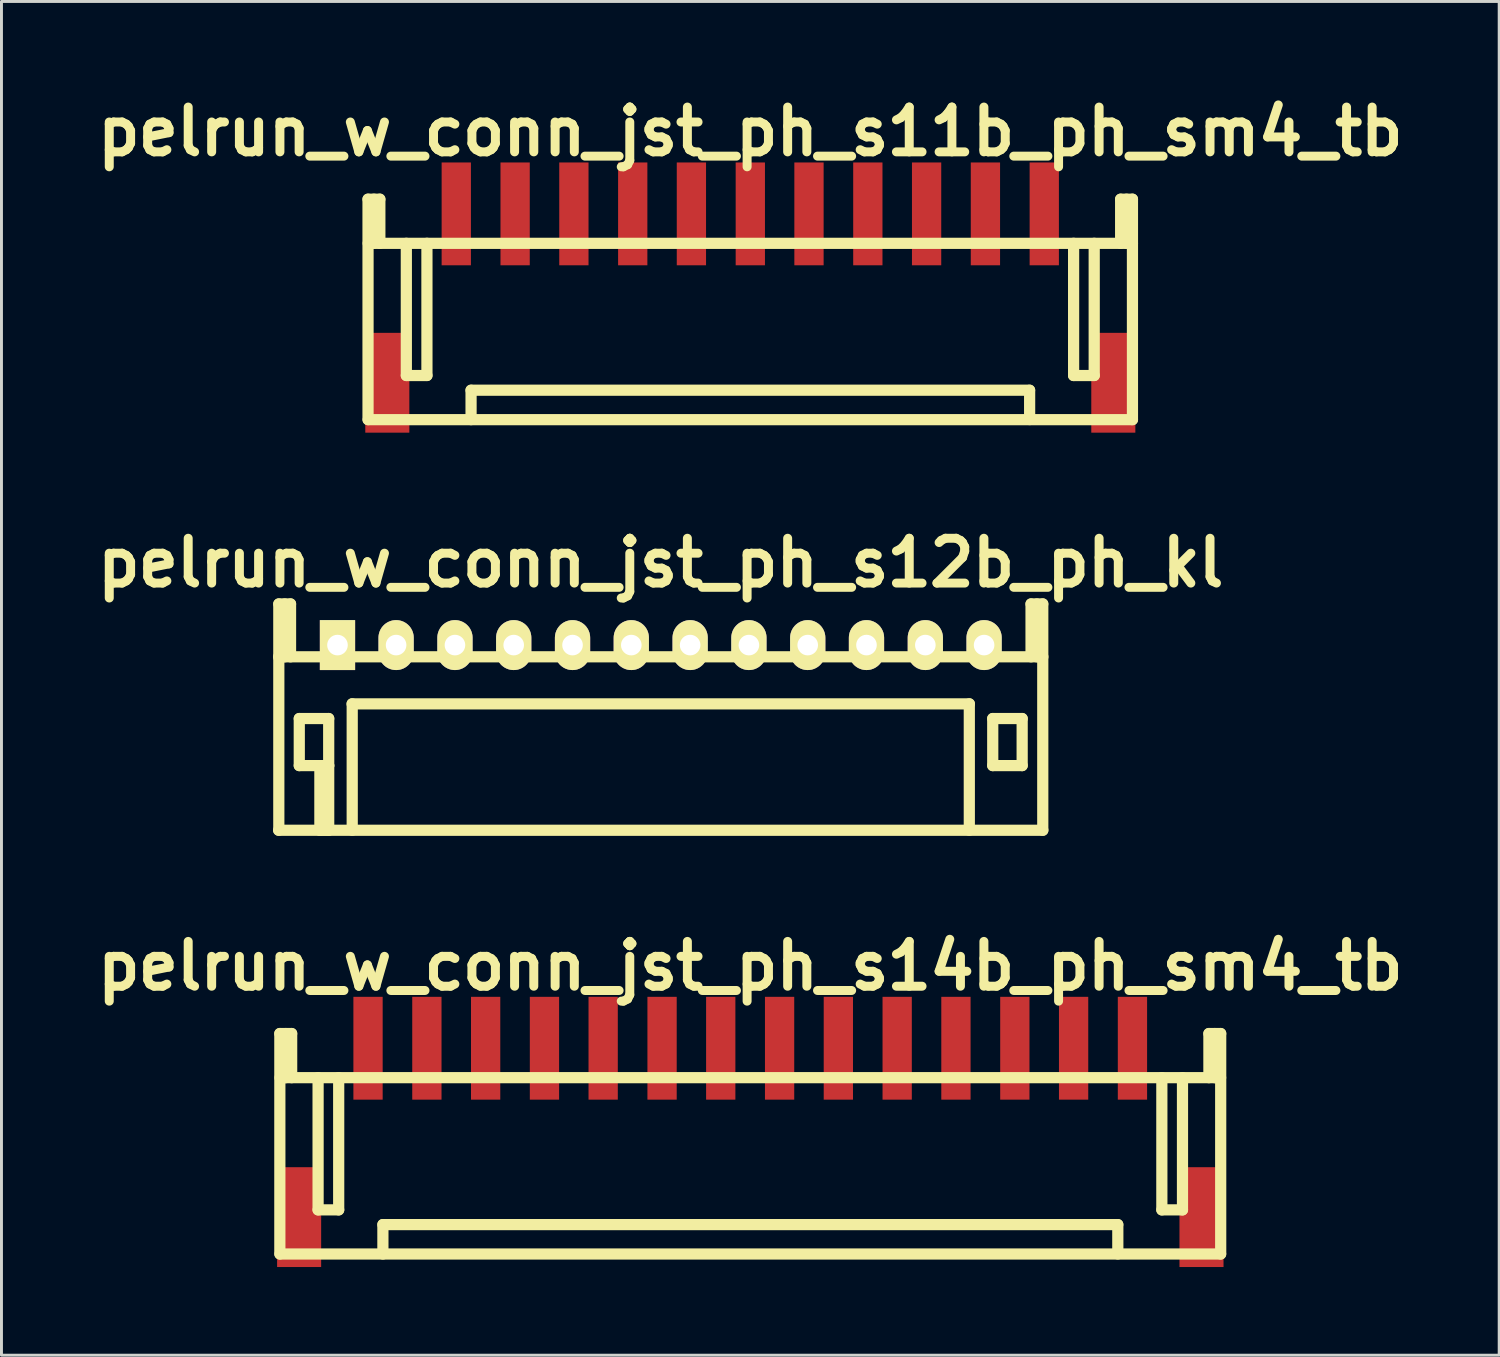
<source format=kicad_pcb>
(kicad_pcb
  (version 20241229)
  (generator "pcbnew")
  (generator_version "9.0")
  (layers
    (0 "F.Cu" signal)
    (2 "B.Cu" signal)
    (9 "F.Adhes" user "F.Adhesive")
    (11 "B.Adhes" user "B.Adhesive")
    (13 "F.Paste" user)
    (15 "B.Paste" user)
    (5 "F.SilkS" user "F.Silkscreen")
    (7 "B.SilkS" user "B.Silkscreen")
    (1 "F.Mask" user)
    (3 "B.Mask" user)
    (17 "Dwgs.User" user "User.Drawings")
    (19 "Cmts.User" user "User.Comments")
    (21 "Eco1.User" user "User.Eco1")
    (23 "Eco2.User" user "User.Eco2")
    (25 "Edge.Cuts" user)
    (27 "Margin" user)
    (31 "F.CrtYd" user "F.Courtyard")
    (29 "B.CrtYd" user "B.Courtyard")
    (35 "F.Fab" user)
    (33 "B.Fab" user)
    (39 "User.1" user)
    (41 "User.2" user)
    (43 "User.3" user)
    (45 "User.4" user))
  (footprint "pelrun_w_conn_jst_ph_s11b_ph_sm4_tb"
    (layer "F.Cu")
    (at 22.475 4.226)
    (property "Reference" "pelrun_w_conn_jst_ph_s11b_ph_sm4_tb" (at 0 -2.799 0) (layer "F.SilkS") (effects (font (size 1.524 1.524) (thickness 0.305))))
    (attr through_hole)
    (fp_line (start -13.005 7) (end -13.005 -0.5) (stroke (width 0.381) (type solid)) (layer "F.SilkS"))
    (fp_line (start -13 1.001) (end 13 1.001) (stroke (width 0.381) (type solid)) (layer "F.SilkS"))
    (fp_line (start -13 7) (end 13 7) (stroke (width 0.381) (type solid)) (layer "F.SilkS"))
    (fp_line (start -12.804 -0.5) (end -12.804 1.001) (stroke (width 0.381) (type solid)) (layer "F.SilkS"))
    (fp_line (start -12.603 -0.5) (end -13.005 -0.5) (stroke (width 0.381) (type solid)) (layer "F.SilkS"))
    (fp_line (start -12.603 1.001) (end -12.603 -0.5) (stroke (width 0.381) (type solid)) (layer "F.SilkS"))
    (fp_line (start -11.702 5.499) (end -11.702 1.001) (stroke (width 0.381) (type solid)) (layer "F.SilkS"))
    (fp_line (start -11.001 1.001) (end -11.001 5.499) (stroke (width 0.381) (type solid)) (layer "F.SilkS"))
    (fp_line (start -11.001 5.499) (end -11.702 5.499) (stroke (width 0.381) (type solid)) (layer "F.SilkS"))
    (fp_line (start -9.5 7) (end -9.5 5.999) (stroke (width 0.381) (type solid)) (layer "F.SilkS"))
    (fp_line (start 9.5 5.999) (end -9.5 5.999) (stroke (width 0.381) (type solid)) (layer "F.SilkS"))
    (fp_line (start 9.502 5.999) (end 9.502 6.998) (stroke (width 0.381) (type solid)) (layer "F.SilkS"))
    (fp_line (start 10.998 1.001) (end 10.998 5.499) (stroke (width 0.381) (type solid)) (layer "F.SilkS"))
    (fp_line (start 10.998 5.499) (end 11.699 5.499) (stroke (width 0.381) (type solid)) (layer "F.SilkS"))
    (fp_line (start 11.699 5.499) (end 11.699 1.001) (stroke (width 0.381) (type solid)) (layer "F.SilkS"))
    (fp_line (start 12.598 -0.5) (end 12.598 1.001) (stroke (width 0.381) (type solid)) (layer "F.SilkS"))
    (fp_line (start 12.799 1.001) (end 12.799 -0.5) (stroke (width 0.381) (type solid)) (layer "F.SilkS"))
    (fp_line (start 13 -0.5) (end 12.598 -0.5) (stroke (width 0.381) (type solid)) (layer "F.SilkS"))
    (fp_line (start 13 -0.5) (end 13 7) (stroke (width 0.381) (type solid)) (layer "F.SilkS"))
    (pad "" smd rect (at -12.349 5.745) (size 1.499 3.396) (layers "F.Cu" "F.Mask" "F.Paste"))
    (pad "" smd rect (at 12.349 5.745) (size 1.499 3.396) (layers "F.Cu" "F.Mask" "F.Paste"))
    (pad "1" smd rect (at -10.003 0) (size 0.996 3.498) (layers "F.Cu" "F.Mask" "F.Paste"))
    (pad "2" smd rect (at -8.001 0) (size 0.996 3.498) (layers "F.Cu" "F.Mask" "F.Paste"))
    (pad "3" smd rect (at -6.002 0) (size 0.996 3.498) (layers "F.Cu" "F.Mask" "F.Paste"))
    (pad "4" smd rect (at -4 0) (size 0.996 3.498) (layers "F.Cu" "F.Mask" "F.Paste"))
    (pad "5" smd rect (at -2.004 0) (size 0.996 3.498) (layers "F.Cu" "F.Mask" "F.Paste"))
    (pad "6" smd rect (at 0 0) (size 0.996 3.498) (layers "F.Cu" "F.Mask" "F.Paste"))
    (pad "7" smd rect (at 1.996 0) (size 0.996 3.498) (layers "F.Cu" "F.Mask" "F.Paste"))
    (pad "8" smd rect (at 3.998 0) (size 0.996 3.498) (layers "F.Cu" "F.Mask" "F.Paste"))
    (pad "9" smd rect (at 5.997 0) (size 0.996 3.498) (layers "F.Cu" "F.Mask" "F.Paste"))
    (pad "10" smd rect (at 7.998 0) (size 0.996 3.498) (layers "F.Cu" "F.Mask" "F.Paste"))
    (pad "11" smd rect (at 10 0) (size 0.996 3.498) (layers "F.Cu" "F.Mask" "F.Paste")))
  (footprint "pelrun_w_conn_jst_ph_s12b_ph_kl"
    (layer "F.Cu")
    (at 19.427 18.895)
    (property "Reference" "pelrun_w_conn_jst_ph_s12b_ph_kl" (at 0 -2.799 0) (layer "F.SilkS") (effects (font (size 1.524 1.524) (thickness 0.305))))
    (attr through_hole)
    (fp_line (start -13 0.399) (end 13 0.399) (stroke (width 0.381) (type solid)) (layer "F.SilkS"))
    (fp_line (start -13 6.299) (end 13 6.299) (stroke (width 0.381) (type solid)) (layer "F.SilkS"))
    (fp_line (start -12.992 -1.4) (end -12.992 6.299) (stroke (width 0.381) (type solid)) (layer "F.SilkS"))
    (fp_line (start -12.791 -1.4) (end -12.791 0.399) (stroke (width 0.381) (type solid)) (layer "F.SilkS"))
    (fp_line (start -12.593 -1.4) (end -12.992 -1.4) (stroke (width 0.381) (type solid)) (layer "F.SilkS"))
    (fp_line (start -12.593 0.399) (end -12.593 -1.4) (stroke (width 0.381) (type solid)) (layer "F.SilkS"))
    (fp_line (start -12.296 2.499) (end -11.295 2.499) (stroke (width 0.381) (type solid)) (layer "F.SilkS"))
    (fp_line (start -12.296 4.1) (end -12.296 2.499) (stroke (width 0.381) (type solid)) (layer "F.SilkS"))
    (fp_line (start -11.595 6.299) (end -11.595 4.1) (stroke (width 0.381) (type solid)) (layer "F.SilkS"))
    (fp_line (start -11.295 2.499) (end -11.295 4.1) (stroke (width 0.381) (type solid)) (layer "F.SilkS"))
    (fp_line (start -11.295 4.1) (end -12.296 4.1) (stroke (width 0.381) (type solid)) (layer "F.SilkS"))
    (fp_line (start -11.295 4.1) (end -11.295 6.299) (stroke (width 0.381) (type solid)) (layer "F.SilkS"))
    (fp_line (start -11.295 6.299) (end -11.595 6.299) (stroke (width 0.381) (type solid)) (layer "F.SilkS"))
    (fp_line (start -10.495 1.999) (end -10.495 6.299) (stroke (width 0.381) (type solid)) (layer "F.SilkS"))
    (fp_line (start 10.498 1.999) (end 10.498 6.299) (stroke (width 0.381) (type solid)) (layer "F.SilkS"))
    (fp_line (start 10.5 1.999) (end -10.5 1.999) (stroke (width 0.381) (type solid)) (layer "F.SilkS"))
    (fp_line (start 11.295 2.499) (end 12.296 2.499) (stroke (width 0.381) (type solid)) (layer "F.SilkS"))
    (fp_line (start 11.295 4.1) (end 11.295 2.499) (stroke (width 0.381) (type solid)) (layer "F.SilkS"))
    (fp_line (start 12.296 2.499) (end 12.296 4.1) (stroke (width 0.381) (type solid)) (layer "F.SilkS"))
    (fp_line (start 12.296 4.1) (end 11.295 4.1) (stroke (width 0.381) (type solid)) (layer "F.SilkS"))
    (fp_line (start 12.598 -1.4) (end 12.598 0.399) (stroke (width 0.381) (type solid)) (layer "F.SilkS"))
    (fp_line (start 12.797 -1.4) (end 12.797 0.399) (stroke (width 0.381) (type solid)) (layer "F.SilkS"))
    (fp_line (start 12.997 -1.4) (end 12.598 -1.4) (stroke (width 0.381) (type solid)) (layer "F.SilkS"))
    (fp_line (start 12.997 6.299) (end 12.997 -1.4) (stroke (width 0.381) (type solid)) (layer "F.SilkS"))
    (pad "1" thru_hole rect (at -10.996 0) (size 1.199 1.699) (drill 0.701) (layers "*.Cu" "*.Mask" "F.SilkS"))
    (pad "2" thru_hole oval (at -9.002 0) (size 1.199 1.699) (drill 0.701) (layers "*.Cu" "*.Mask" "F.SilkS"))
    (pad "3" thru_hole oval (at -7 0) (size 1.199 1.699) (drill 0.701) (layers "*.Cu" "*.Mask" "F.SilkS"))
    (pad "4" thru_hole oval (at -5.001 0) (size 1.199 1.699) (drill 0.701) (layers "*.Cu" "*.Mask" "F.SilkS"))
    (pad "5" thru_hole oval (at -3 0) (size 1.199 1.699) (drill 0.701) (layers "*.Cu" "*.Mask" "F.SilkS"))
    (pad "6" thru_hole oval (at -1.001 0) (size 1.199 1.699) (drill 0.701) (layers "*.Cu" "*.Mask" "F.SilkS"))
    (pad "7" thru_hole oval (at 1.001 0) (size 1.199 1.699) (drill 0.701) (layers "*.Cu" "*.Mask" "F.SilkS"))
    (pad "8" thru_hole oval (at 3 0) (size 1.199 1.699) (drill 0.701) (layers "*.Cu" "*.Mask" "F.SilkS"))
    (pad "9" thru_hole oval (at 5.001 0) (size 1.199 1.699) (drill 0.701) (layers "*.Cu" "*.Mask" "F.SilkS"))
    (pad "10" thru_hole oval (at 7 0) (size 1.199 1.699) (drill 0.701) (layers "*.Cu" "*.Mask" "F.SilkS"))
    (pad "11" thru_hole oval (at 9.002 0) (size 1.199 1.699) (drill 0.701) (layers "*.Cu" "*.Mask" "F.SilkS"))
    (pad "12" thru_hole oval (at 11.001 0) (size 1.199 1.699) (drill 0.701) (layers "*.Cu" "*.Mask" "F.SilkS")))
  (footprint "pelrun_w_conn_jst_ph_s14b_ph_sm4_tb"
    (layer "F.Cu")
    (at 22.475 32.61)
    (property "Reference" "pelrun_w_conn_jst_ph_s14b_ph_sm4_tb" (at 0 -2.799 0) (layer "F.SilkS") (effects (font (size 1.524 1.524) (thickness 0.305))))
    (attr through_hole)
    (fp_line (start -16.005 7) (end -16.005 -0.5) (stroke (width 0.381) (type solid)) (layer "F.SilkS"))
    (fp_line (start -15.999 7) (end 15.999 7) (stroke (width 0.381) (type solid)) (layer "F.SilkS"))
    (fp_line (start -15.804 -0.5) (end -15.804 1.001) (stroke (width 0.381) (type solid)) (layer "F.SilkS"))
    (fp_line (start -15.603 -0.5) (end -16.005 -0.5) (stroke (width 0.381) (type solid)) (layer "F.SilkS"))
    (fp_line (start -15.603 1.001) (end -15.603 -0.5) (stroke (width 0.381) (type solid)) (layer "F.SilkS"))
    (fp_line (start -14.704 5.499) (end -14.704 1.001) (stroke (width 0.381) (type solid)) (layer "F.SilkS"))
    (fp_line (start -14.003 1.001) (end -14.003 5.499) (stroke (width 0.381) (type solid)) (layer "F.SilkS"))
    (fp_line (start -14.003 5.499) (end -14.704 5.499) (stroke (width 0.381) (type solid)) (layer "F.SilkS"))
    (fp_line (start -12.499 7) (end -12.499 5.999) (stroke (width 0.381) (type solid)) (layer "F.SilkS"))
    (fp_line (start 12.499 5.999) (end -12.499 5.999) (stroke (width 0.381) (type solid)) (layer "F.SilkS"))
    (fp_line (start 12.502 5.999) (end 12.502 6.998) (stroke (width 0.381) (type solid)) (layer "F.SilkS"))
    (fp_line (start 14 1.001) (end 14 5.499) (stroke (width 0.381) (type solid)) (layer "F.SilkS"))
    (fp_line (start 14 5.499) (end 14.702 5.499) (stroke (width 0.381) (type solid)) (layer "F.SilkS"))
    (fp_line (start 14.702 5.499) (end 14.702 1.001) (stroke (width 0.381) (type solid)) (layer "F.SilkS"))
    (fp_line (start 15.601 -0.5) (end 15.601 1.001) (stroke (width 0.381) (type solid)) (layer "F.SilkS"))
    (fp_line (start 15.801 1.001) (end 15.801 -0.5) (stroke (width 0.381) (type solid)) (layer "F.SilkS"))
    (fp_line (start 15.999 1.001) (end -15.999 1.001) (stroke (width 0.381) (type solid)) (layer "F.SilkS"))
    (fp_line (start 16.002 -0.5) (end 15.601 -0.5) (stroke (width 0.381) (type solid)) (layer "F.SilkS"))
    (fp_line (start 16.002 -0.5) (end 16.002 7) (stroke (width 0.381) (type solid)) (layer "F.SilkS"))
    (pad "" smd rect (at -15.349 5.745) (size 1.499 3.396) (layers "F.Cu" "F.Mask" "F.Paste"))
    (pad "" smd rect (at 15.349 5.745) (size 1.499 3.396) (layers "F.Cu" "F.Mask" "F.Paste"))
    (pad "1" smd rect (at -13.005 0) (size 0.996 3.498) (layers "F.Cu" "F.Mask" "F.Paste"))
    (pad "2" smd rect (at -11.003 0) (size 0.996 3.498) (layers "F.Cu" "F.Mask" "F.Paste"))
    (pad "3" smd rect (at -9.004 0) (size 0.996 3.498) (layers "F.Cu" "F.Mask" "F.Paste"))
    (pad "4" smd rect (at -7.003 0) (size 0.996 3.498) (layers "F.Cu" "F.Mask" "F.Paste"))
    (pad "5" smd rect (at -5.006 0) (size 0.996 3.498) (layers "F.Cu" "F.Mask" "F.Paste"))
    (pad "6" smd rect (at -3.002 0) (size 0.996 3.498) (layers "F.Cu" "F.Mask" "F.Paste"))
    (pad "7" smd rect (at -1.006 0) (size 0.996 3.498) (layers "F.Cu" "F.Mask" "F.Paste"))
    (pad "8" smd rect (at 0.996 0) (size 0.996 3.498) (layers "F.Cu" "F.Mask" "F.Paste"))
    (pad "9" smd rect (at 2.995 0) (size 0.996 3.498) (layers "F.Cu" "F.Mask" "F.Paste"))
    (pad "10" smd rect (at 4.996 0) (size 0.996 3.498) (layers "F.Cu" "F.Mask" "F.Paste"))
    (pad "11" smd rect (at 6.995 0) (size 0.996 3.498) (layers "F.Cu" "F.Mask" "F.Paste"))
    (pad "12" smd rect (at 8.999 0) (size 0.996 3.498) (layers "F.Cu" "F.Mask" "F.Paste"))
    (pad "13" smd rect (at 10.998 0) (size 0.996 3.498) (layers "F.Cu" "F.Mask" "F.Paste"))
    (pad "14" smd rect (at 13 0) (size 0.996 3.498) (layers "F.Cu" "F.Mask" "F.Paste")))
  (gr_rect
    (start -3 -3)
    (end 47.951 43.053)
    (stroke (width 0.1) (type default))
    (fill no)
    (layer "Edge.Cuts")))
</source>
